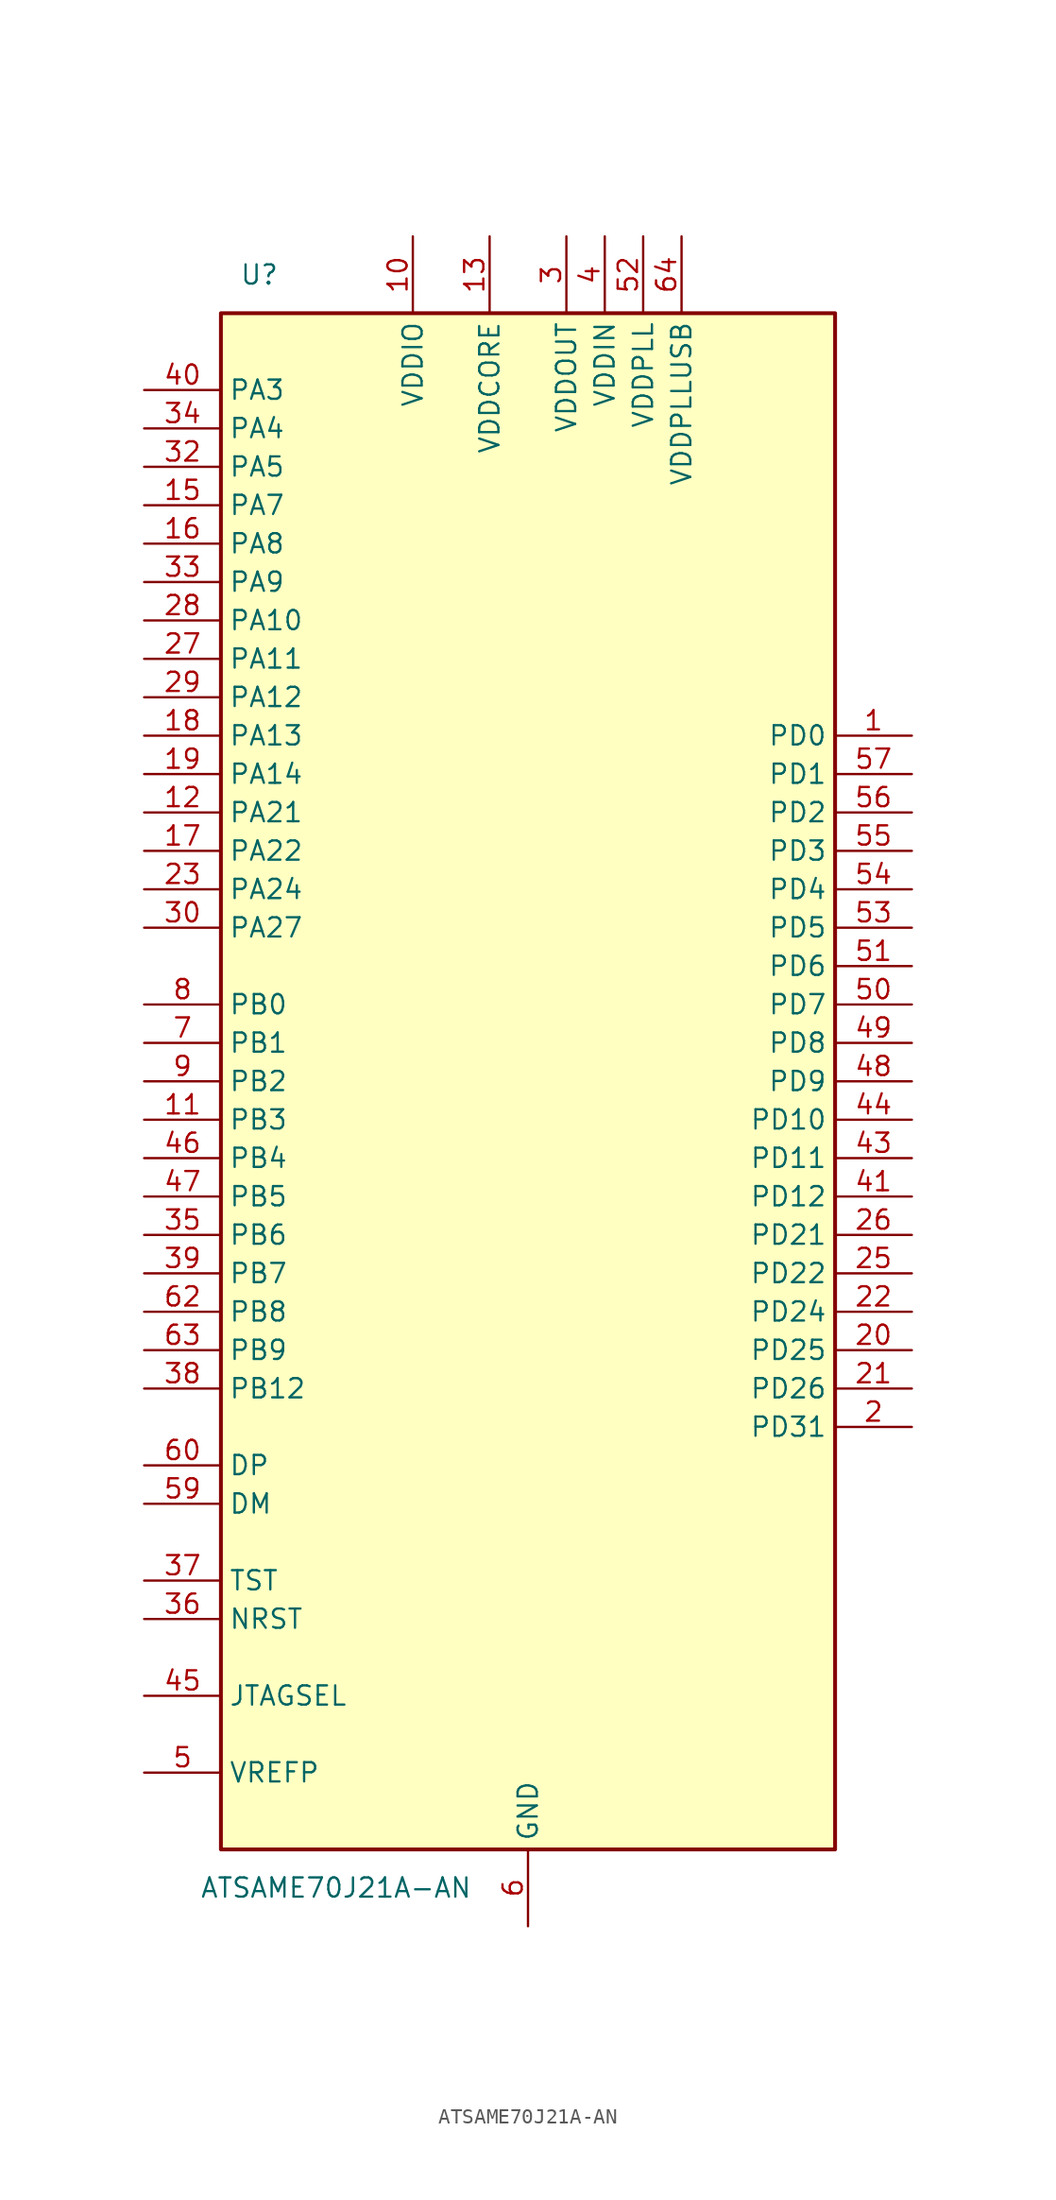
<source format=kicad_sym>
(kicad_symbol_lib
  (version 20220914)
  (generator kicad_symbol_editor)
  (symbol "ATSAME70J21A-AN"
    (property "Reference" "U"
      (at -17.78 53.34 0)
      (effects (font (size 1.27 1.27))))
    (property "Value" "ATSAME70J21A-AN"
      (at -12.7 -53.34 0)
      (effects (font (size 1.27 1.27))))
    (symbol "ATSAME70J21A-AN_0_1"
      (rectangle (start -20.32 50.8) (end 20.32 -50.8) (stroke (width 0.254) (type default)) (fill (type background))))
    (symbol "ATSAME70J21A-AN_1_0"
      (pin power_in line (at 10.16 55.88 270) (length 5.08) (name "VDDPLLUSB" (effects (font (size 1.27 1.27)))) (number "64" (effects (font (size 1.27 1.27))))))
    (symbol "ATSAME70J21A-AN_1_1"
      (pin bidirectional line (at 25.4 22.86 180) (length 5.08) (name "PD0" (effects (font (size 1.27 1.27)))) (number "1" (effects (font (size 1.27 1.27)))))
      (pin power_in line (at -7.62 55.88 270) (length 5.08) (name "VDDIO" (effects (font (size 1.27 1.27)))) (number "10" (effects (font (size 1.27 1.27)))))
      (pin bidirectional line (at -25.4 -2.54 0) (length 5.08) (name "PB3" (effects (font (size 1.27 1.27)))) (number "11" (effects (font (size 1.27 1.27)))))
      (pin bidirectional line (at -25.4 17.78 0) (length 5.08) (name "PA21" (effects (font (size 1.27 1.27)))) (number "12" (effects (font (size 1.27 1.27)))))
      (pin power_in line (at -2.54 55.88 270) (length 5.08) (name "VDDCORE" (effects (font (size 1.27 1.27)))) (number "13" (effects (font (size 1.27 1.27)))))
      (pin passive line (at 0 -55.88 90) (length 5.08) hide (name "GND" (effects (font (size 1.27 1.27)))) (number "14" (effects (font (size 1.27 1.27)))))
      (pin bidirectional line (at -25.4 38.1 0) (length 5.08) (name "PA7" (effects (font (size 1.27 1.27)))) (number "15" (effects (font (size 1.27 1.27)))))
      (pin bidirectional line (at -25.4 35.56 0) (length 5.08) (name "PA8" (effects (font (size 1.27 1.27)))) (number "16" (effects (font (size 1.27 1.27)))))
      (pin bidirectional line (at -25.4 15.24 0) (length 5.08) (name "PA22" (effects (font (size 1.27 1.27)))) (number "17" (effects (font (size 1.27 1.27)))))
      (pin bidirectional line (at -25.4 22.86 0) (length 5.08) (name "PA13" (effects (font (size 1.27 1.27)))) (number "18" (effects (font (size 1.27 1.27)))))
      (pin bidirectional line (at -25.4 20.32 0) (length 5.08) (name "PA14" (effects (font (size 1.27 1.27)))) (number "19" (effects (font (size 1.27 1.27)))))
      (pin bidirectional line (at 25.4 -22.86 180) (length 5.08) (name "PD31" (effects (font (size 1.27 1.27)))) (number "2" (effects (font (size 1.27 1.27)))))
      (pin bidirectional line (at 25.4 -17.78 180) (length 5.08) (name "PD25" (effects (font (size 1.27 1.27)))) (number "20" (effects (font (size 1.27 1.27)))))
      (pin bidirectional line (at 25.4 -20.32 180) (length 5.08) (name "PD26" (effects (font (size 1.27 1.27)))) (number "21" (effects (font (size 1.27 1.27)))))
      (pin bidirectional line (at 25.4 -15.24 180) (length 5.08) (name "PD24" (effects (font (size 1.27 1.27)))) (number "22" (effects (font (size 1.27 1.27)))))
      (pin bidirectional line (at -25.4 12.7 0) (length 5.08) (name "PA24" (effects (font (size 1.27 1.27)))) (number "23" (effects (font (size 1.27 1.27)))))
      (pin passive line (at -2.54 55.88 270) (length 5.08) hide (name "VDDCORE" (effects (font (size 1.27 1.27)))) (number "24" (effects (font (size 1.27 1.27)))))
      (pin bidirectional line (at 25.4 -12.7 180) (length 5.08) (name "PD22" (effects (font (size 1.27 1.27)))) (number "25" (effects (font (size 1.27 1.27)))))
      (pin bidirectional line (at 25.4 -10.16 180) (length 5.08) (name "PD21" (effects (font (size 1.27 1.27)))) (number "26" (effects (font (size 1.27 1.27)))))
      (pin bidirectional line (at -25.4 27.94 0) (length 5.08) (name "PA11" (effects (font (size 1.27 1.27)))) (number "27" (effects (font (size 1.27 1.27)))))
      (pin bidirectional line (at -25.4 30.48 0) (length 5.08) (name "PA10" (effects (font (size 1.27 1.27)))) (number "28" (effects (font (size 1.27 1.27)))))
      (pin bidirectional line (at -25.4 25.4 0) (length 5.08) (name "PA12" (effects (font (size 1.27 1.27)))) (number "29" (effects (font (size 1.27 1.27)))))
      (pin power_in line (at 2.54 55.88 270) (length 5.08) (name "VDDOUT" (effects (font (size 1.27 1.27)))) (number "3" (effects (font (size 1.27 1.27)))))
      (pin bidirectional line (at -25.4 10.16 0) (length 5.08) (name "PA27" (effects (font (size 1.27 1.27)))) (number "30" (effects (font (size 1.27 1.27)))))
      (pin passive line (at 0 -55.88 90) (length 5.08) hide (name "GND" (effects (font (size 1.27 1.27)))) (number "31" (effects (font (size 1.27 1.27)))))
      (pin bidirectional line (at -25.4 40.64 0) (length 5.08) (name "PA5" (effects (font (size 1.27 1.27)))) (number "32" (effects (font (size 1.27 1.27)))))
      (pin bidirectional line (at -25.4 33.02 0) (length 5.08) (name "PA9" (effects (font (size 1.27 1.27)))) (number "33" (effects (font (size 1.27 1.27)))))
      (pin bidirectional line (at -25.4 43.18 0) (length 5.08) (name "PA4" (effects (font (size 1.27 1.27)))) (number "34" (effects (font (size 1.27 1.27)))))
      (pin bidirectional line (at -25.4 -10.16 0) (length 5.08) (name "PB6" (effects (font (size 1.27 1.27)))) (number "35" (effects (font (size 1.27 1.27)))))
      (pin bidirectional line (at -25.4 -35.56 0) (length 5.08) (name "NRST" (effects (font (size 1.27 1.27)))) (number "36" (effects (font (size 1.27 1.27)))))
      (pin input line (at -25.4 -33.02 0) (length 5.08) (name "TST" (effects (font (size 1.27 1.27)))) (number "37" (effects (font (size 1.27 1.27)))))
      (pin bidirectional line (at -25.4 -20.32 0) (length 5.08) (name "PB12" (effects (font (size 1.27 1.27)))) (number "38" (effects (font (size 1.27 1.27)))))
      (pin bidirectional line (at -25.4 -12.7 0) (length 5.08) (name "PB7" (effects (font (size 1.27 1.27)))) (number "39" (effects (font (size 1.27 1.27)))))
      (pin power_in line (at 5.08 55.88 270) (length 5.08) (name "VDDIN" (effects (font (size 1.27 1.27)))) (number "4" (effects (font (size 1.27 1.27)))))
      (pin bidirectional line (at -25.4 45.72 0) (length 5.08) (name "PA3" (effects (font (size 1.27 1.27)))) (number "40" (effects (font (size 1.27 1.27)))))
      (pin bidirectional line (at 25.4 -7.62 180) (length 5.08) (name "PD12" (effects (font (size 1.27 1.27)))) (number "41" (effects (font (size 1.27 1.27)))))
      (pin passive line (at -7.62 55.88 270) (length 5.08) hide (name "VDDIO" (effects (font (size 1.27 1.27)))) (number "42" (effects (font (size 1.27 1.27)))))
      (pin bidirectional line (at 25.4 -5.08 180) (length 5.08) (name "PD11" (effects (font (size 1.27 1.27)))) (number "43" (effects (font (size 1.27 1.27)))))
      (pin bidirectional line (at 25.4 -2.54 180) (length 5.08) (name "PD10" (effects (font (size 1.27 1.27)))) (number "44" (effects (font (size 1.27 1.27)))))
      (pin input line (at -25.4 -40.64 0) (length 5.08) (name "JTAGSEL" (effects (font (size 1.27 1.27)))) (number "45" (effects (font (size 1.27 1.27)))))
      (pin bidirectional line (at -25.4 -5.08 0) (length 5.08) (name "PB4" (effects (font (size 1.27 1.27)))) (number "46" (effects (font (size 1.27 1.27)))))
      (pin bidirectional line (at -25.4 -7.62 0) (length 5.08) (name "PB5" (effects (font (size 1.27 1.27)))) (number "47" (effects (font (size 1.27 1.27)))))
      (pin bidirectional line (at 25.4 0 180) (length 5.08) (name "PD9" (effects (font (size 1.27 1.27)))) (number "48" (effects (font (size 1.27 1.27)))))
      (pin bidirectional line (at 25.4 2.54 180) (length 5.08) (name "PD8" (effects (font (size 1.27 1.27)))) (number "49" (effects (font (size 1.27 1.27)))))
      (pin input line (at -25.4 -45.72 0) (length 5.08) (name "VREFP" (effects (font (size 1.27 1.27)))) (number "5" (effects (font (size 1.27 1.27)))))
      (pin bidirectional line (at 25.4 5.08 180) (length 5.08) (name "PD7" (effects (font (size 1.27 1.27)))) (number "50" (effects (font (size 1.27 1.27)))))
      (pin bidirectional line (at 25.4 7.62 180) (length 5.08) (name "PD6" (effects (font (size 1.27 1.27)))) (number "51" (effects (font (size 1.27 1.27)))))
      (pin power_in line (at 7.62 55.88 270) (length 5.08) (name "VDDPLL" (effects (font (size 1.27 1.27)))) (number "52" (effects (font (size 1.27 1.27)))))
      (pin bidirectional line (at 25.4 10.16 180) (length 5.08) (name "PD5" (effects (font (size 1.27 1.27)))) (number "53" (effects (font (size 1.27 1.27)))))
      (pin bidirectional line (at 25.4 12.7 180) (length 5.08) (name "PD4" (effects (font (size 1.27 1.27)))) (number "54" (effects (font (size 1.27 1.27)))))
      (pin bidirectional line (at 25.4 15.24 180) (length 5.08) (name "PD3" (effects (font (size 1.27 1.27)))) (number "55" (effects (font (size 1.27 1.27)))))
      (pin bidirectional line (at 25.4 17.78 180) (length 5.08) (name "PD2" (effects (font (size 1.27 1.27)))) (number "56" (effects (font (size 1.27 1.27)))))
      (pin bidirectional line (at 25.4 20.32 180) (length 5.08) (name "PD1" (effects (font (size 1.27 1.27)))) (number "57" (effects (font (size 1.27 1.27)))))
      (pin passive line (at -7.62 55.88 270) (length 5.08) hide (name "VDDIO" (effects (font (size 1.27 1.27)))) (number "58" (effects (font (size 1.27 1.27)))))
      (pin bidirectional line (at -25.4 -27.94 0) (length 5.08) (name "DM" (effects (font (size 1.27 1.27)))) (number "59" (effects (font (size 1.27 1.27)))))
      (pin power_in line (at 0 -55.88 90) (length 5.08) (name "GND" (effects (font (size 1.27 1.27)))) (number "6" (effects (font (size 1.27 1.27)))))
      (pin bidirectional line (at -25.4 -25.4 0) (length 5.08) (name "DP" (effects (font (size 1.27 1.27)))) (number "60" (effects (font (size 1.27 1.27)))))
      (pin passive line (at -2.54 55.88 270) (length 5.08) hide (name "VDDCORE" (effects (font (size 1.27 1.27)))) (number "61" (effects (font (size 1.27 1.27)))))
      (pin bidirectional line (at -25.4 -15.24 0) (length 5.08) (name "PB8" (effects (font (size 1.27 1.27)))) (number "62" (effects (font (size 1.27 1.27)))))
      (pin bidirectional line (at -25.4 -17.78 0) (length 5.08) (name "PB9" (effects (font (size 1.27 1.27)))) (number "63" (effects (font (size 1.27 1.27)))))
      (pin bidirectional line (at -25.4 2.54 0) (length 5.08) (name "PB1" (effects (font (size 1.27 1.27)))) (number "7" (effects (font (size 1.27 1.27)))))
      (pin bidirectional line (at -25.4 5.08 0) (length 5.08) (name "PB0" (effects (font (size 1.27 1.27)))) (number "8" (effects (font (size 1.27 1.27)))))
      (pin bidirectional line (at -25.4 0 0) (length 5.08) (name "PB2" (effects (font (size 1.27 1.27)))) (number "9" (effects (font (size 1.27 1.27))))))))
</source>
